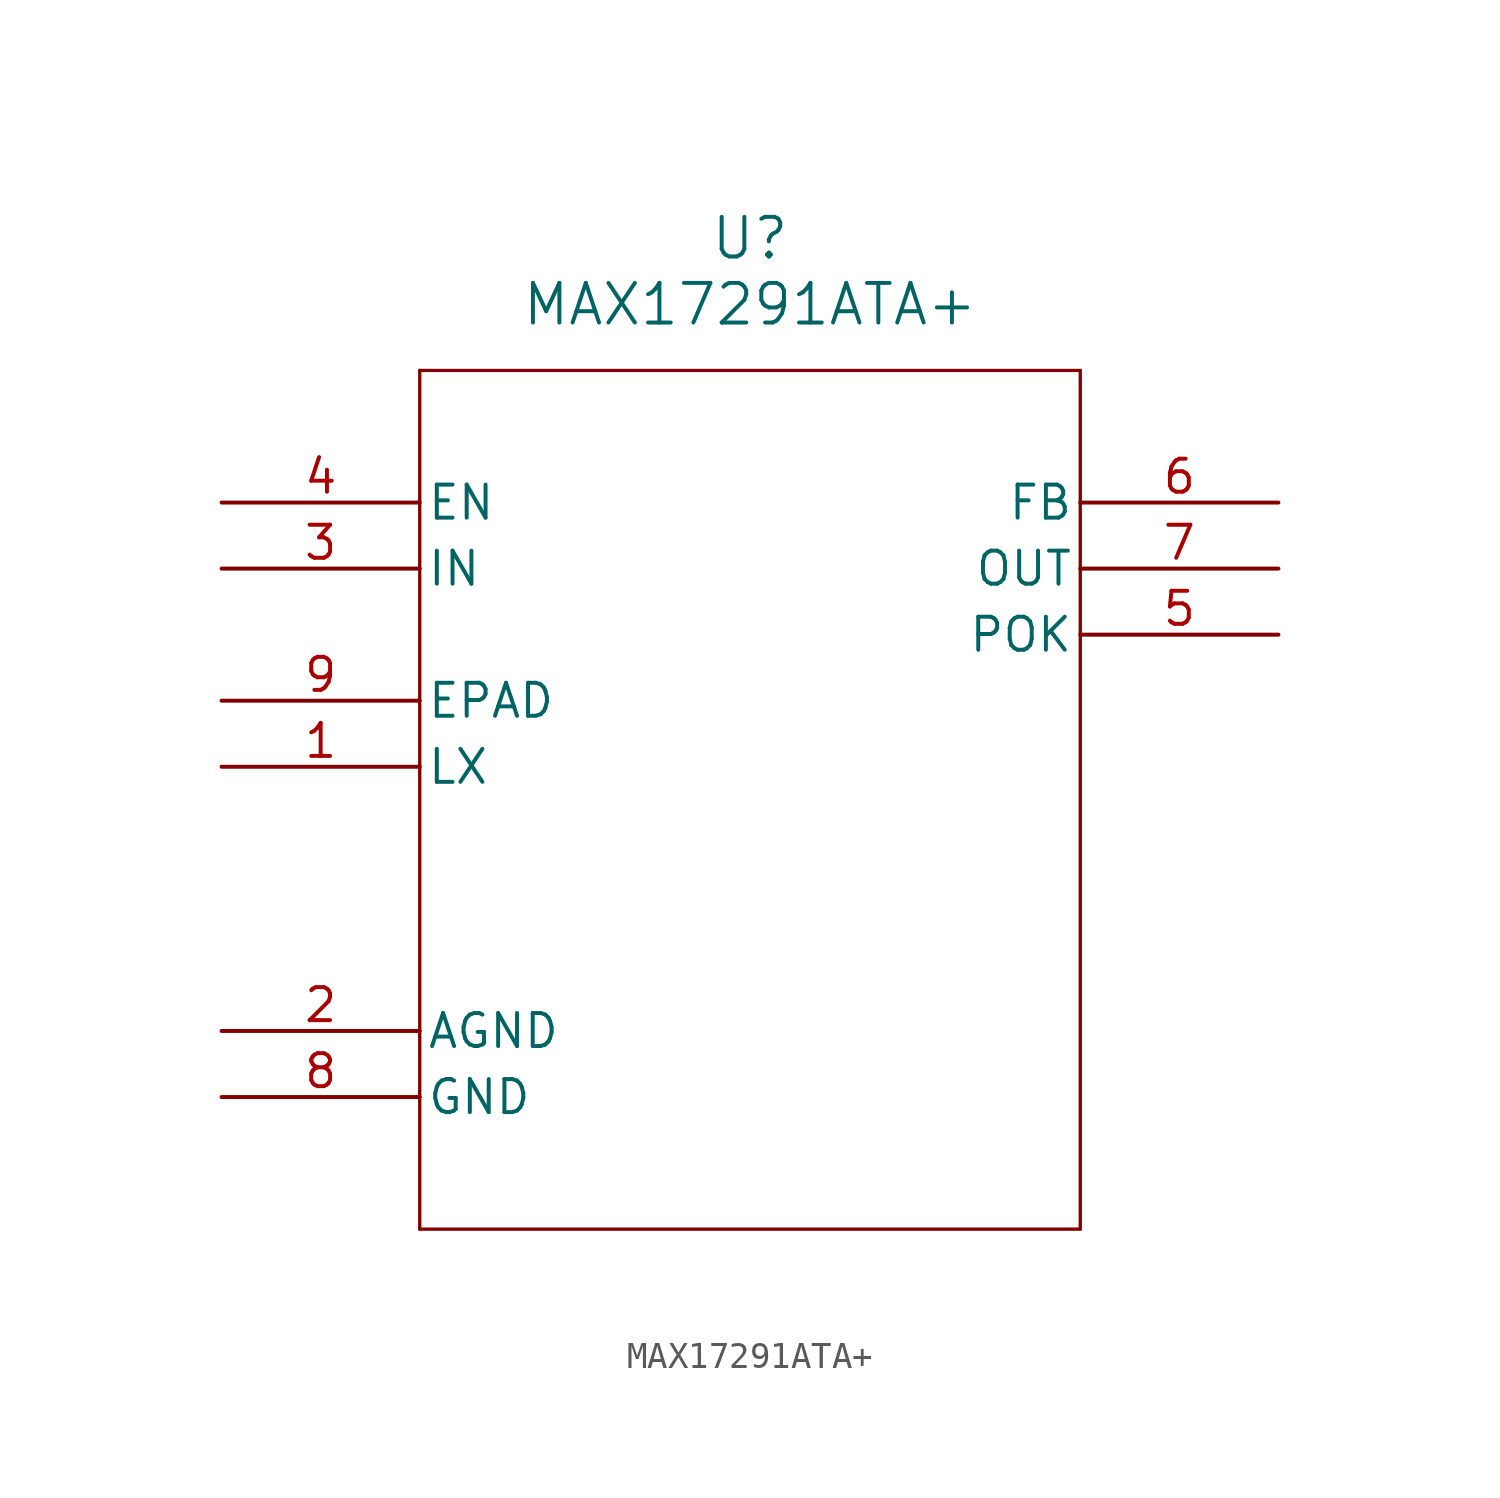
<source format=kicad_sym>
(kicad_symbol_lib
  (version 20211014)
  (generator kicad_symbol_editor)
  (symbol "MAX17291ATA+"
    (pin_names
      (offset 0.254))
    (property "Reference" "U"
      (at 20.32 10.16 0)
      (effects (font (size 1.524 1.524))))
    (property "Value" "MAX17291ATA+"
      (at 20.32 7.62 0)
      (effects (font (size 1.524 1.524))))
    (symbol "MAX17291ATA+_0_1"
      (polyline (pts (xy 7.62 5.08) (xy 7.62 -27.94)) (stroke (width 0.127) (type default) (color 0 0 0 0)) (fill (type none)))
      (polyline (pts (xy 7.62 -27.94) (xy 33.02 -27.94)) (stroke (width 0.127) (type default) (color 0 0 0 0)) (fill (type none)))
      (polyline (pts (xy 33.02 -27.94) (xy 33.02 5.08)) (stroke (width 0.127) (type default) (color 0 0 0 0)) (fill (type none)))
      (polyline (pts (xy 33.02 5.08) (xy 7.62 5.08)) (stroke (width 0.127) (type default) (color 0 0 0 0)) (fill (type none)))
      (pin unspecified line (at 0 -10.16 0) (length 7.62) (name "LX" (effects (font (size 1.27 1.27)))) (number "1" (effects (font (size 1.27 1.27)))))
      (pin power_in line (at 0 -20.32 0) (length 7.62) (name "AGND" (effects (font (size 1.27 1.27)))) (number "2" (effects (font (size 1.27 1.27)))))
      (pin input line (at 0 -2.54 0) (length 7.62) (name "IN" (effects (font (size 1.27 1.27)))) (number "3" (effects (font (size 1.27 1.27)))))
      (pin input line (at 0 0 0) (length 7.62) (name "EN" (effects (font (size 1.27 1.27)))) (number "4" (effects (font (size 1.27 1.27)))))
      (pin output line (at 40.64 -5.08 180) (length 7.62) (name "POK" (effects (font (size 1.27 1.27)))) (number "5" (effects (font (size 1.27 1.27)))))
      (pin output line (at 40.64 0 180) (length 7.62) (name "FB" (effects (font (size 1.27 1.27)))) (number "6" (effects (font (size 1.27 1.27)))))
      (pin output line (at 40.64 -2.54 180) (length 7.62) (name "OUT" (effects (font (size 1.27 1.27)))) (number "7" (effects (font (size 1.27 1.27)))))
      (pin power_in line (at 0 -22.86 0) (length 7.62) (name "GND" (effects (font (size 1.27 1.27)))) (number "8" (effects (font (size 1.27 1.27)))))
      (pin unspecified line (at 0 -7.62 0) (length 7.62) (name "EPAD" (effects (font (size 1.27 1.27)))) (number "9" (effects (font (size 1.27 1.27))))))))
</source>
